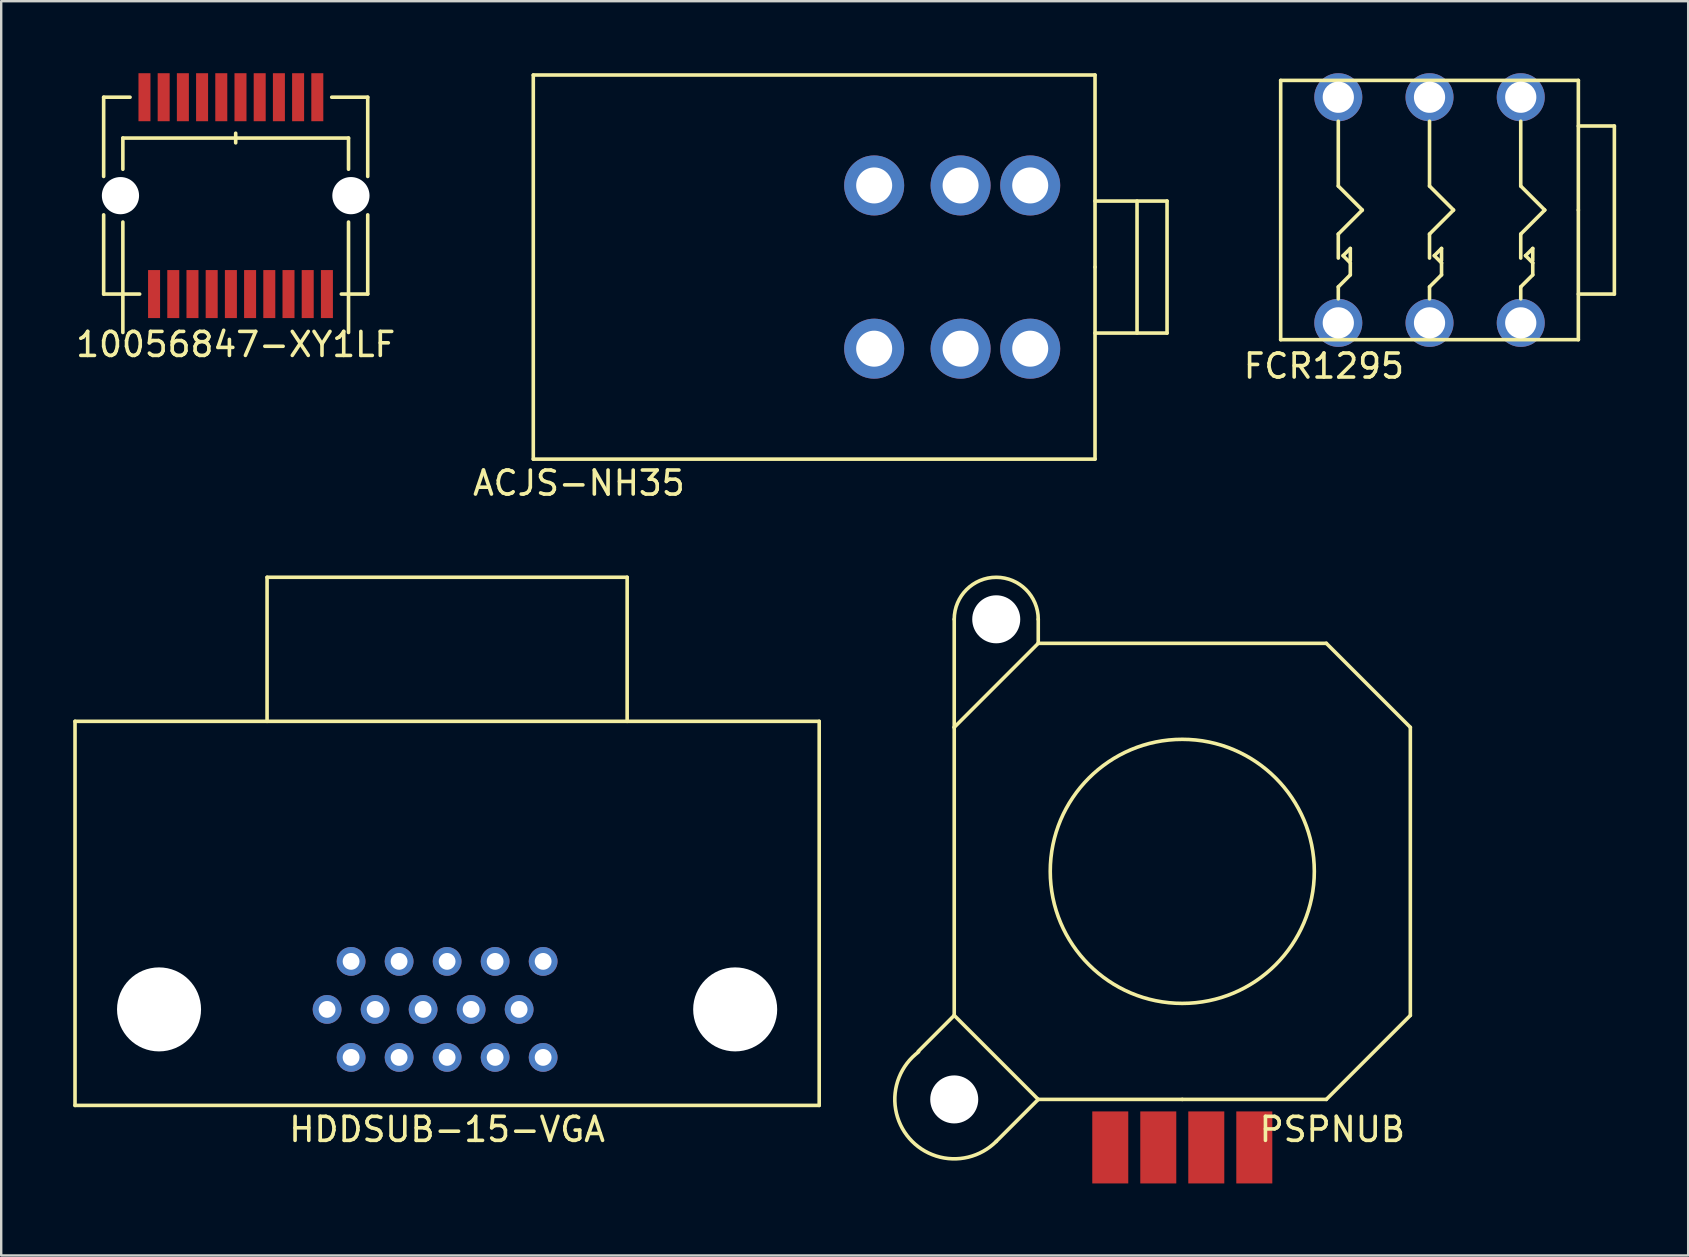
<source format=kicad_pcb>
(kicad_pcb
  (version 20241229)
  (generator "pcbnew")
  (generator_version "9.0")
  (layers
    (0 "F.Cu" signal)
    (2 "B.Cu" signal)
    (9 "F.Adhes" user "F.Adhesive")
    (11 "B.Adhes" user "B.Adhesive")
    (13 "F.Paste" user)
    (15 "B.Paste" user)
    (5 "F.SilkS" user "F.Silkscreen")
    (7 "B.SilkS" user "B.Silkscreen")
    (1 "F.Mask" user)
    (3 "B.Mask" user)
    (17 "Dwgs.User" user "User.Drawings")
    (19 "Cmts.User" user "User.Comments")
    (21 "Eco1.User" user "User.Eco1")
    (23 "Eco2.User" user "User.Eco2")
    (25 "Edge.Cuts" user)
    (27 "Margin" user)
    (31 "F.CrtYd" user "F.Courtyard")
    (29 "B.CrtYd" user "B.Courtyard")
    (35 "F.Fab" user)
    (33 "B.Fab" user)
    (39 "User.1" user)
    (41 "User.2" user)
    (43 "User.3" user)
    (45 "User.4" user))
  (footprint "PSPNUB"
    (layer "F.Cu")
    (at 46.2 33.248)
    (property "Reference" "PSPNUB" (at 6.25 10.75 0) (layer "F.SilkS") (effects (font (size 1 1) (thickness 0.15))))
    (attr through_hole)
    (fp_line (start -11 7.5) (end -9.5 6) (stroke (width 0.15) (type solid)) (layer "F.SilkS"))
    (fp_line (start -9.5 -10.5) (end -9.5 -6) (stroke (width 0.15) (type solid)) (layer "F.SilkS"))
    (fp_line (start -9.5 -6) (end -6 -9.5) (stroke (width 0.15) (type solid)) (layer "F.SilkS"))
    (fp_line (start -9.5 6) (end -9.5 -6) (stroke (width 0.15) (type solid)) (layer "F.SilkS"))
    (fp_line (start -7.75 11.25) (end -6 9.5) (stroke (width 0.15) (type solid)) (layer "F.SilkS"))
    (fp_line (start -6 -10.5) (end -6 -9.5) (stroke (width 0.15) (type solid)) (layer "F.SilkS"))
    (fp_line (start -6 9.5) (end -9.5 6) (stroke (width 0.15) (type solid)) (layer "F.SilkS"))
    (fp_line (start 0 9.5) (end -6 9.5) (stroke (width 0.15) (type solid)) (layer "F.SilkS"))
    (fp_line (start 0 9.5) (end 6 9.5) (stroke (width 0.15) (type solid)) (layer "F.SilkS"))
    (fp_line (start 6 -9.5) (end -6 -9.5) (stroke (width 0.15) (type solid)) (layer "F.SilkS"))
    (fp_line (start 6 9.5) (end 9.5 6) (stroke (width 0.15) (type solid)) (layer "F.SilkS"))
    (fp_line (start 9.5 -6) (end 6 -9.5) (stroke (width 0.15) (type solid)) (layer "F.SilkS"))
    (fp_line (start 9.5 6) (end 9.5 -6) (stroke (width 0.15) (type solid)) (layer "F.SilkS"))
    (fp_arc (start -9.5 -10.5) (mid -7.75 -12.25) (end -6 -10.5) (stroke (width 0.15) (type solid)) (layer "F.SilkS"))
    (fp_arc (start -7.75 11.25) (mid -11.369653 11.121542) (end -10.984924 7.520101) (stroke (width 0.15) (type solid)) (layer "F.SilkS"))
    (fp_circle (center 0 0) (end 5.5 0) (stroke (width 0.15) (type solid)) (fill no) (layer "F.SilkS"))
    (pad "" np_thru_hole circle (at -9.5 9.5) (size 2 2) (drill 2) (layers "*.Cu" "*.Mask"))
    (pad "" np_thru_hole circle (at -7.75 -10.5) (size 2 2) (drill 2) (layers "*.Cu" "*.Mask"))
    (pad "1" smd rect (at 3 11.5) (size 1.5 3) (layers "F.Cu" "F.Mask" "F.Paste"))
    (pad "2" smd rect (at 1 11.5) (size 1.5 3) (layers "F.Cu" "F.Mask" "F.Paste"))
    (pad "3" smd rect (at -1 11.5) (size 1.5 3) (layers "F.Cu" "F.Mask" "F.Paste"))
    (pad "4" smd rect (at -3 11.5) (size 1.5 3) (layers "F.Cu" "F.Mask" "F.Paste")))
  (footprint "HDDSUB-15-VGA"
    (layer "F.Cu")
    (at 15.575 38.998)
    (property "Reference" "HDDSUB-15-VGA" (at 0 5 0) (layer "F.SilkS") (effects (font (size 1 1) (thickness 0.15))))
    (attr through_hole)
    (fp_line (start -15.5 -12) (end 15.5 -12) (stroke (width 0.15) (type solid)) (layer "F.SilkS"))
    (fp_line (start -15.5 4) (end -15.5 -12) (stroke (width 0.15) (type solid)) (layer "F.SilkS"))
    (fp_line (start -7.5 -18) (end 7.5 -18) (stroke (width 0.15) (type solid)) (layer "F.SilkS"))
    (fp_line (start -7.5 -12) (end -7.5 -18) (stroke (width 0.15) (type solid)) (layer "F.SilkS"))
    (fp_line (start 7.5 -18) (end 7.5 -12) (stroke (width 0.15) (type solid)) (layer "F.SilkS"))
    (fp_line (start 15.5 -12) (end 15.5 4) (stroke (width 0.15) (type solid)) (layer "F.SilkS"))
    (fp_line (start 15.5 4) (end -15.5 4) (stroke (width 0.15) (type solid)) (layer "F.SilkS"))
    (pad "" np_thru_hole circle (at -12 0) (size 3.5 3.5) (drill 3.5) (layers "*.Cu" "*.Mask"))
    (pad "" np_thru_hole circle (at 12 0) (size 3.5 3.5) (drill 3.5) (layers "*.Cu" "*.Mask"))
    (pad "1" thru_hole circle (at -4 2) (size 1.2 1.2) (drill 0.7) (layers "*.Cu" "*.Mask"))
    (pad "2" thru_hole circle (at -2 2) (size 1.2 1.2) (drill 0.7) (layers "*.Cu" "*.Mask"))
    (pad "3" thru_hole circle (at 0 2) (size 1.2 1.2) (drill 0.7) (layers "*.Cu" "*.Mask"))
    (pad "4" thru_hole circle (at 2 2) (size 1.2 1.2) (drill 0.7) (layers "*.Cu" "*.Mask"))
    (pad "5" thru_hole circle (at 4 2) (size 1.2 1.2) (drill 0.7) (layers "*.Cu" "*.Mask"))
    (pad "6" thru_hole circle (at -5 0) (size 1.2 1.2) (drill 0.7) (layers "*.Cu" "*.Mask"))
    (pad "7" thru_hole circle (at -3 0) (size 1.2 1.2) (drill 0.7) (layers "*.Cu" "*.Mask"))
    (pad "8" thru_hole circle (at -1 0) (size 1.2 1.2) (drill 0.7) (layers "*.Cu" "*.Mask"))
    (pad "9" thru_hole circle (at 1 0) (size 1.2 1.2) (drill 0.7) (layers "*.Cu" "*.Mask"))
    (pad "10" thru_hole circle (at 3 0) (size 1.2 1.2) (drill 0.7) (layers "*.Cu" "*.Mask"))
    (pad "11" thru_hole circle (at -4 -2) (size 1.2 1.2) (drill 0.7) (layers "*.Cu" "*.Mask"))
    (pad "12" thru_hole circle (at -2 -2) (size 1.2 1.2) (drill 0.7) (layers "*.Cu" "*.Mask"))
    (pad "13" thru_hole circle (at 0 -2) (size 1.2 1.2) (drill 0.7) (layers "*.Cu" "*.Mask"))
    (pad "14" thru_hole circle (at 2 -2) (size 1.2 1.2) (drill 0.7) (layers "*.Cu" "*.Mask"))
    (pad "15" thru_hole circle (at 4 -2) (size 1.2 1.2) (drill 0.7) (layers "*.Cu" "*.Mask")))
  (footprint "FCR1295"
    (layer "F.Cu")
    (at 62.699 5.7)
    (property "Reference" "FCR1295" (at -10.6 6.5 0) (layer "F.SilkS") (effects (font (size 1 1) (thickness 0.15))))
    (attr through_hole)
    (fp_line (start -12.4 -5.4) (end -12.4 5.4) (stroke (width 0.15) (type solid)) (layer "F.SilkS"))
    (fp_line (start -12.4 5.4) (end 0 5.4) (stroke (width 0.15) (type solid)) (layer "F.SilkS"))
    (fp_line (start -10 -3.7) (end -10 -1) (stroke (width 0.15) (type solid)) (layer "F.SilkS"))
    (fp_line (start -10 -1) (end -9 0) (stroke (width 0.15) (type solid)) (layer "F.SilkS"))
    (fp_line (start -10 1) (end -10 2) (stroke (width 0.15) (type solid)) (layer "F.SilkS"))
    (fp_line (start -10 3.2) (end -9.5 2.7) (stroke (width 0.15) (type solid)) (layer "F.SilkS"))
    (fp_line (start -10 3.7) (end -10 3.2) (stroke (width 0.15) (type solid)) (layer "F.SilkS"))
    (fp_line (start -9.8 1.9) (end -9.5 1.6) (stroke (width 0.15) (type solid)) (layer "F.SilkS"))
    (fp_line (start -9.5 1.6) (end -9.5 2.1) (stroke (width 0.15) (type solid)) (layer "F.SilkS"))
    (fp_line (start -9.5 2.2) (end -9.8 1.9) (stroke (width 0.15) (type solid)) (layer "F.SilkS"))
    (fp_line (start -9.5 2.7) (end -9.5 2.2) (stroke (width 0.15) (type solid)) (layer "F.SilkS"))
    (fp_line (start -9 0) (end -10 1) (stroke (width 0.15) (type solid)) (layer "F.SilkS"))
    (fp_line (start -6.2 -3.7) (end -6.2 -1) (stroke (width 0.15) (type solid)) (layer "F.SilkS"))
    (fp_line (start -6.2 -1) (end -5.2 0) (stroke (width 0.15) (type solid)) (layer "F.SilkS"))
    (fp_line (start -6.2 1) (end -6.2 2) (stroke (width 0.15) (type solid)) (layer "F.SilkS"))
    (fp_line (start -6.2 3.2) (end -5.7 2.7) (stroke (width 0.15) (type solid)) (layer "F.SilkS"))
    (fp_line (start -6.2 3.7) (end -6.2 3.2) (stroke (width 0.15) (type solid)) (layer "F.SilkS"))
    (fp_line (start -6 1.9) (end -5.7 1.6) (stroke (width 0.15) (type solid)) (layer "F.SilkS"))
    (fp_line (start -5.7 1.6) (end -5.7 2.1) (stroke (width 0.15) (type solid)) (layer "F.SilkS"))
    (fp_line (start -5.7 2.2) (end -6 1.9) (stroke (width 0.15) (type solid)) (layer "F.SilkS"))
    (fp_line (start -5.7 2.7) (end -5.7 2.2) (stroke (width 0.15) (type solid)) (layer "F.SilkS"))
    (fp_line (start -5.2 0) (end -6.2 1) (stroke (width 0.15) (type solid)) (layer "F.SilkS"))
    (fp_line (start -2.4 -3.7) (end -2.4 -1) (stroke (width 0.15) (type solid)) (layer "F.SilkS"))
    (fp_line (start -2.4 -1) (end -1.4 0) (stroke (width 0.15) (type solid)) (layer "F.SilkS"))
    (fp_line (start -2.4 1) (end -2.4 2) (stroke (width 0.15) (type solid)) (layer "F.SilkS"))
    (fp_line (start -2.4 3.2) (end -1.9 2.7) (stroke (width 0.15) (type solid)) (layer "F.SilkS"))
    (fp_line (start -2.4 3.7) (end -2.4 3.2) (stroke (width 0.15) (type solid)) (layer "F.SilkS"))
    (fp_line (start -2.2 1.9) (end -1.9 1.6) (stroke (width 0.15) (type solid)) (layer "F.SilkS"))
    (fp_line (start -1.9 1.6) (end -1.9 2.1) (stroke (width 0.15) (type solid)) (layer "F.SilkS"))
    (fp_line (start -1.9 2.2) (end -2.2 1.9) (stroke (width 0.15) (type solid)) (layer "F.SilkS"))
    (fp_line (start -1.9 2.7) (end -1.9 2.2) (stroke (width 0.15) (type solid)) (layer "F.SilkS"))
    (fp_line (start -1.4 0) (end -2.4 1) (stroke (width 0.15) (type solid)) (layer "F.SilkS"))
    (fp_line (start 0 -5.4) (end -12.4 -5.4) (stroke (width 0.15) (type solid)) (layer "F.SilkS"))
    (fp_line (start 0 -3.5) (end 1.5 -3.5) (stroke (width 0.15) (type solid)) (layer "F.SilkS"))
    (fp_line (start 0 0) (end 0 -5.4) (stroke (width 0.15) (type solid)) (layer "F.SilkS"))
    (fp_line (start 0 5.4) (end 0 0) (stroke (width 0.15) (type solid)) (layer "F.SilkS"))
    (fp_line (start 1.5 -3.5) (end 1.5 3.5) (stroke (width 0.15) (type solid)) (layer "F.SilkS"))
    (fp_line (start 1.5 3.5) (end 0 3.5) (stroke (width 0.15) (type solid)) (layer "F.SilkS"))
    (pad "1" thru_hole circle (at -2.4 4.7) (size 2 2) (drill 1.3) (layers "*.Cu" "*.Mask"))
    (pad "2" thru_hole circle (at -6.2 4.7) (size 2 2) (drill 1.3) (layers "*.Cu" "*.Mask"))
    (pad "3" thru_hole circle (at -10 4.7) (size 2 2) (drill 1.3) (layers "*.Cu" "*.Mask"))
    (pad "4" thru_hole circle (at -2.4 -4.7) (size 2 2) (drill 1.3) (layers "*.Cu" "*.Mask"))
    (pad "5" thru_hole circle (at -6.2 -4.7) (size 2 2) (drill 1.3) (layers "*.Cu" "*.Mask"))
    (pad "6" thru_hole circle (at -10 -4.7) (size 2 2) (drill 1.3) (layers "*.Cu" "*.Mask")))
  (footprint "10056847-XY1LF"
    (layer "F.Cu")
    (at 6.768 5.1)
    (property "Reference" "10056847-XY1LF" (at 0 6.2 0) (layer "F.SilkS") (effects (font (size 1 1) (thickness 0.15))))
    (attr through_hole)
    (fp_line (start -5.5 -4.1) (end -4.4 -4.1) (stroke (width 0.15) (type solid)) (layer "F.SilkS"))
    (fp_line (start -5.5 -0.8) (end -5.5 -4.1) (stroke (width 0.15) (type solid)) (layer "F.SilkS"))
    (fp_line (start -5.5 0.8) (end -5.5 4.1) (stroke (width 0.15) (type solid)) (layer "F.SilkS"))
    (fp_line (start -5.5 4.1) (end -4 4.1) (stroke (width 0.15) (type solid)) (layer "F.SilkS"))
    (fp_line (start -4.7 -2.4) (end -4.7 -1.1) (stroke (width 0.15) (type solid)) (layer "F.SilkS"))
    (fp_line (start -4.7 -2.4) (end 4.7 -2.4) (stroke (width 0.15) (type solid)) (layer "F.SilkS"))
    (fp_line (start -4.7 5.7) (end -4.7 1.1) (stroke (width 0.15) (type solid)) (layer "F.SilkS"))
    (fp_line (start 0 -2.2) (end 0 -2.6) (stroke (width 0.15) (type solid)) (layer "F.SilkS"))
    (fp_line (start 4.7 -2.4) (end 4.7 -1.1) (stroke (width 0.15) (type solid)) (layer "F.SilkS"))
    (fp_line (start 4.7 1.1) (end 4.7 5.7) (stroke (width 0.15) (type solid)) (layer "F.SilkS"))
    (fp_line (start 5.5 -4.1) (end 4 -4.1) (stroke (width 0.15) (type solid)) (layer "F.SilkS"))
    (fp_line (start 5.5 -0.8) (end 5.5 -4.1) (stroke (width 0.15) (type solid)) (layer "F.SilkS"))
    (fp_line (start 5.5 0.8) (end 5.5 4.1) (stroke (width 0.15) (type solid)) (layer "F.SilkS"))
    (fp_line (start 5.5 4.1) (end 4.4 4.1) (stroke (width 0.15) (type solid)) (layer "F.SilkS"))
    (pad "" np_thru_hole circle (at -4.8 0) (size 1.55 1.55) (drill 1.55) (layers "*.Cu" "*.Mask"))
    (pad "" np_thru_hole circle (at 4.8 0) (size 1.55 1.55) (drill 1.55) (layers "*.Cu" "*.Mask"))
    (pad "1" smd rect (at -3.4 4.1) (size 0.5 2) (layers "F.Cu" "F.Mask" "F.Paste"))
    (pad "2" smd rect (at -2.6 4.1) (size 0.5 2) (layers "F.Cu" "F.Mask" "F.Paste"))
    (pad "3" smd rect (at -1.8 4.1) (size 0.5 2) (layers "F.Cu" "F.Mask" "F.Paste"))
    (pad "4" smd rect (at -1 4.1) (size 0.5 2) (layers "F.Cu" "F.Mask" "F.Paste"))
    (pad "5" smd rect (at -0.2 4.1) (size 0.5 2) (layers "F.Cu" "F.Mask" "F.Paste"))
    (pad "6" smd rect (at 0.6 4.1) (size 0.5 2) (layers "F.Cu" "F.Mask" "F.Paste"))
    (pad "7" smd rect (at 1.4 4.1) (size 0.5 2) (layers "F.Cu" "F.Mask" "F.Paste"))
    (pad "8" smd rect (at 2.2 4.1) (size 0.5 2) (layers "F.Cu" "F.Mask" "F.Paste"))
    (pad "9" smd rect (at 3 4.1) (size 0.5 2) (layers "F.Cu" "F.Mask" "F.Paste"))
    (pad "10" smd rect (at 3.8 4.1) (size 0.5 2) (layers "F.Cu" "F.Mask" "F.Paste"))
    (pad "11" smd rect (at 3.4 -4.1) (size 0.5 2) (layers "F.Cu" "F.Mask" "F.Paste"))
    (pad "12" smd rect (at 2.6 -4.1) (size 0.5 2) (layers "F.Cu" "F.Mask" "F.Paste"))
    (pad "13" smd rect (at 1.8 -4.1) (size 0.5 2) (layers "F.Cu" "F.Mask" "F.Paste"))
    (pad "14" smd rect (at 1 -4.1) (size 0.5 2) (layers "F.Cu" "F.Mask" "F.Paste"))
    (pad "15" smd rect (at 0.2 -4.1) (size 0.5 2) (layers "F.Cu" "F.Mask" "F.Paste"))
    (pad "16" smd rect (at -0.6 -4.1) (size 0.5 2) (layers "F.Cu" "F.Mask" "F.Paste"))
    (pad "17" smd rect (at -1.4 -4.1) (size 0.5 2) (layers "F.Cu" "F.Mask" "F.Paste"))
    (pad "18" smd rect (at -2.2 -4.1) (size 0.5 2) (layers "F.Cu" "F.Mask" "F.Paste"))
    (pad "19" smd rect (at -3 -4.1) (size 0.5 2) (layers "F.Cu" "F.Mask" "F.Paste"))
    (pad "20" smd rect (at -3.8 -4.1) (size 0.5 2) (layers "F.Cu" "F.Mask" "F.Paste")))
  (footprint "ACJS-NH35"
    (layer "F.Cu")
    (at 42.565 8.075)
    (property "Reference" "ACJS-NH35" (at -21.5 9 0) (layer "F.SilkS") (effects (font (size 1 1) (thickness 0.15))))
    (attr through_hole)
    (fp_line (start -23.4 -8) (end -23.4 8) (stroke (width 0.15) (type solid)) (layer "F.SilkS"))
    (fp_line (start -23.4 8) (end 0 8) (stroke (width 0.15) (type solid)) (layer "F.SilkS"))
    (fp_line (start 0 -8) (end -23.4 -8) (stroke (width 0.15) (type solid)) (layer "F.SilkS"))
    (fp_line (start 0 -2.75) (end 3 -2.75) (stroke (width 0.15) (type solid)) (layer "F.SilkS"))
    (fp_line (start 0 0) (end 0 -8) (stroke (width 0.15) (type solid)) (layer "F.SilkS"))
    (fp_line (start 0 8) (end 0 0) (stroke (width 0.15) (type solid)) (layer "F.SilkS"))
    (fp_line (start 1.75 -2.75) (end 1.75 2.75) (stroke (width 0.15) (type solid)) (layer "F.SilkS"))
    (fp_line (start 3 -2.75) (end 3 2.75) (stroke (width 0.15) (type solid)) (layer "F.SilkS"))
    (fp_line (start 3 2.75) (end 0 2.75) (stroke (width 0.15) (type solid)) (layer "F.SilkS"))
    (pad "1" thru_hole circle (at -2.7 3.4) (size 2.5 2.5) (drill 1.5) (layers "*.Cu" "*.Mask"))
    (pad "2" thru_hole circle (at -5.6 3.4) (size 2.5 2.5) (drill 1.5) (layers "*.Cu" "*.Mask"))
    (pad "3" thru_hole circle (at -9.2 3.4) (size 2.5 2.5) (drill 1.5) (layers "*.Cu" "*.Mask"))
    (pad "4" thru_hole circle (at -2.7 -3.4) (size 2.5 2.5) (drill 1.5) (layers "*.Cu" "*.Mask"))
    (pad "5" thru_hole circle (at -5.6 -3.4) (size 2.5 2.5) (drill 1.5) (layers "*.Cu" "*.Mask"))
    (pad "6" thru_hole circle (at -9.2 -3.4) (size 2.5 2.5) (drill 1.5) (layers "*.Cu" "*.Mask")))
  (gr_rect
    (start -3 -3)
    (end 67.274 49.248)
    (stroke (width 0.1) (type default))
    (fill no)
    (layer "Edge.Cuts")))
</source>
